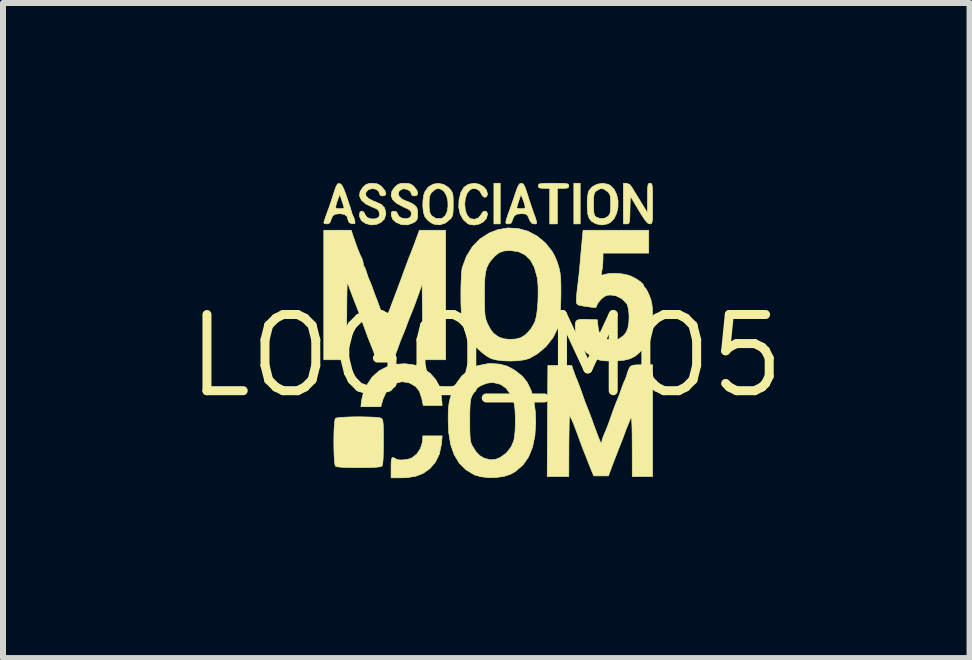
<source format=kicad_pcb>
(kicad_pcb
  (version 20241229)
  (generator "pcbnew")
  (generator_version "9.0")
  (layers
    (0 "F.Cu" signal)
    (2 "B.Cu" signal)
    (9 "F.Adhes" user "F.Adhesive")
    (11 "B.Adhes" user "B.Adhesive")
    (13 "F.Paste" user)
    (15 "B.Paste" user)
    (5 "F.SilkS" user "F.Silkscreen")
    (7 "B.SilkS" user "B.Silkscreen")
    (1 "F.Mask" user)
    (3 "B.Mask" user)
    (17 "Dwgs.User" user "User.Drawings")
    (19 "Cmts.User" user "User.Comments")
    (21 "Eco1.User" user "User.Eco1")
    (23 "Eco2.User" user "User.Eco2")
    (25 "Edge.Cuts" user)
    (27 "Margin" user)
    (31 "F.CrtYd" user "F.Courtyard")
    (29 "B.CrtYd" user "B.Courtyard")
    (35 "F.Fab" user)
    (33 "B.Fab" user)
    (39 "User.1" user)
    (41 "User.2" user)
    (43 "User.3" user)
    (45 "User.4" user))
  (footprint "LOGO_MO5"
    (layer "F.Cu")
    (at 5.057 2.884)
    (property "Reference" "LOGO_MO5" (at 0 0 0) (layer "F.SilkS") (effects (font (size 1.27 1.27) (thickness 0.15))))
    (attr through_hole)
    (fp_poly (pts (xy 0.233 -2.201) (xy 0.127 -2.201) (xy 0.127 -2.879) (xy 0.233 -2.879) (xy 0.233 -2.201)) (stroke (width 0.01) (type solid)) (fill yes) (layer "F.SilkS"))
    (fp_poly (pts (xy 1.566 -2.201) (xy 1.46 -2.201) (xy 1.46 -2.879) (xy 1.566 -2.879) (xy 1.566 -2.201)) (stroke (width 0.01) (type solid)) (fill yes) (layer "F.SilkS"))
    (fp_poly (pts (xy 1.229 -2.878) (xy 1.301 -2.876) (xy 1.345 -2.871) (xy 1.367 -2.863) (xy 1.375 -2.849) (xy 1.376 -2.836) (xy 1.37 -2.81) (xy 1.344 -2.797) (xy 1.287 -2.794) (xy 1.281 -2.794) (xy 1.185 -2.794) (xy 1.185 -2.201) (xy 1.058 -2.201) (xy 1.058 -2.794) (xy 0.963 -2.794) (xy 0.904 -2.797) (xy 0.875 -2.808) (xy 0.868 -2.833) (xy 0.868 -2.836) (xy 0.87 -2.854) (xy 0.882 -2.866) (xy 0.911 -2.873) (xy 0.964 -2.877) (xy 1.047 -2.879) (xy 1.122 -2.879) (xy 1.229 -2.878)) (stroke (width 0.01) (type solid)) (fill yes) (layer "F.SilkS"))
    (fp_poly (pts (xy -0.747 1.469) (xy -0.781 1.633) (xy -0.848 1.772) (xy -0.941 1.879) (xy -1.05 1.956) (xy -1.172 2.005) (xy -1.318 2.029) (xy -1.413 2.032) (xy -1.587 2.032) (xy -1.587 1.863) (xy -1.586 1.775) (xy -1.58 1.722) (xy -1.569 1.698) (xy -1.557 1.693) (xy -1.521 1.706) (xy -1.513 1.714) (xy -1.482 1.73) (xy -1.425 1.735) (xy -1.354 1.731) (xy -1.286 1.717) (xy -1.242 1.701) (xy -1.158 1.635) (xy -1.096 1.542) (xy -1.063 1.432) (xy -1.06 1.392) (xy -1.058 1.333) (xy -0.735 1.333) (xy -0.747 1.469)) (stroke (width 0.01) (type solid)) (fill yes) (layer "F.SilkS"))
    (fp_poly (pts (xy -1.2 0.151) (xy -1.06 0.204) (xy -0.938 0.288) (xy -0.929 0.297) (xy -0.846 0.389) (xy -0.792 0.485) (xy -0.76 0.597) (xy -0.747 0.689) (xy -0.735 0.826) (xy -1.05 0.826) (xy -1.078 0.698) (xy -1.115 0.589) (xy -1.175 0.512) (xy -1.265 0.458) (xy -1.303 0.444) (xy -1.407 0.43) (xy -1.507 0.454) (xy -1.597 0.513) (xy -1.67 0.603) (xy -1.721 0.72) (xy -1.723 0.725) (xy -1.758 0.847) (xy -2.09 0.847) (xy -2.08 0.746) (xy -2.05 0.62) (xy -1.992 0.488) (xy -1.913 0.367) (xy -1.897 0.348) (xy -1.786 0.248) (xy -1.652 0.179) (xy -1.505 0.139) (xy -1.352 0.13) (xy -1.2 0.151)) (stroke (width 0.01) (type solid)) (fill yes) (layer "F.SilkS"))
    (fp_poly (pts (xy -2.006 1.017) (xy -1.905 1.02) (xy -1.824 1.025) (xy -1.769 1.033) (xy -1.755 1.038) (xy -1.741 1.048) (xy -1.73 1.066) (xy -1.723 1.097) (xy -1.718 1.147) (xy -1.716 1.222) (xy -1.715 1.329) (xy -1.714 1.436) (xy -1.716 1.59) (xy -1.719 1.705) (xy -1.725 1.783) (xy -1.734 1.827) (xy -1.74 1.837) (xy -1.768 1.848) (xy -1.828 1.855) (xy -1.925 1.86) (xy -2.06 1.862) (xy -2.127 1.863) (xy -2.279 1.861) (xy -2.391 1.858) (xy -2.466 1.851) (xy -2.507 1.842) (xy -2.515 1.837) (xy -2.524 1.807) (xy -2.532 1.742) (xy -2.537 1.653) (xy -2.54 1.547) (xy -2.541 1.433) (xy -2.54 1.319) (xy -2.537 1.215) (xy -2.531 1.127) (xy -2.523 1.067) (xy -2.515 1.041) (xy -2.485 1.032) (xy -2.421 1.025) (xy -2.333 1.02) (xy -2.228 1.016) (xy -2.116 1.015) (xy -2.006 1.017)) (stroke (width 0.01) (type solid)) (fill yes) (layer "F.SilkS"))
    (fp_poly (pts (xy -0.118 -2.863) (xy -0.048 -2.822) (xy 0.003 -2.765) (xy 0.021 -2.701) (xy 0.008 -2.658) (xy -0.023 -2.644) (xy -0.057 -2.661) (xy -0.076 -2.693) (xy -0.113 -2.754) (xy -0.169 -2.787) (xy -0.232 -2.789) (xy -0.275 -2.767) (xy -0.321 -2.708) (xy -0.349 -2.626) (xy -0.359 -2.534) (xy -0.351 -2.442) (xy -0.327 -2.362) (xy -0.285 -2.304) (xy -0.261 -2.288) (xy -0.193 -2.278) (xy -0.13 -2.302) (xy -0.087 -2.354) (xy -0.085 -2.36) (xy -0.056 -2.402) (xy -0.019 -2.415) (xy 0.01 -2.399) (xy 0.021 -2.359) (xy 0.002 -2.292) (xy -0.048 -2.236) (xy -0.119 -2.198) (xy -0.199 -2.182) (xy -0.278 -2.192) (xy -0.307 -2.205) (xy -0.383 -2.271) (xy -0.435 -2.365) (xy -0.459 -2.481) (xy -0.454 -2.603) (xy -0.424 -2.725) (xy -0.372 -2.811) (xy -0.299 -2.861) (xy -0.203 -2.879) (xy -0.199 -2.879) (xy -0.118 -2.863)) (stroke (width 0.01) (type solid)) (fill yes) (layer "F.SilkS"))
    (fp_poly (pts (xy 2.388 -2.86) (xy 2.429 -2.81) (xy 2.458 -2.761) (xy 2.502 -2.689) (xy 2.554 -2.605) (xy 2.579 -2.563) (xy 2.688 -2.385) (xy 2.688 -2.632) (xy 2.689 -2.737) (xy 2.691 -2.807) (xy 2.696 -2.85) (xy 2.705 -2.871) (xy 2.719 -2.878) (xy 2.731 -2.879) (xy 2.746 -2.877) (xy 2.758 -2.867) (xy 2.765 -2.843) (xy 2.77 -2.798) (xy 2.772 -2.728) (xy 2.773 -2.625) (xy 2.773 -2.54) (xy 2.773 -2.414) (xy 2.772 -2.323) (xy 2.769 -2.263) (xy 2.763 -2.227) (xy 2.755 -2.209) (xy 2.741 -2.202) (xy 2.725 -2.202) (xy 2.7 -2.209) (xy 2.671 -2.235) (xy 2.634 -2.284) (xy 2.583 -2.361) (xy 2.54 -2.433) (xy 2.402 -2.664) (xy 2.396 -2.433) (xy 2.394 -2.331) (xy 2.39 -2.265) (xy 2.383 -2.226) (xy 2.372 -2.208) (xy 2.355 -2.202) (xy 2.338 -2.201) (xy 2.286 -2.201) (xy 2.286 -2.879) (xy 2.337 -2.879) (xy 2.388 -2.86)) (stroke (width 0.01) (type solid)) (fill yes) (layer "F.SilkS"))
    (fp_poly (pts (xy -0.709 -2.859) (xy -0.628 -2.806) (xy -0.613 -2.791) (xy -0.584 -2.754) (xy -0.565 -2.72) (xy -0.555 -2.677) (xy -0.551 -2.612) (xy -0.551 -2.527) (xy -0.552 -2.433) (xy -0.556 -2.37) (xy -0.567 -2.329) (xy -0.585 -2.298) (xy -0.598 -2.283) (xy -0.684 -2.214) (xy -0.776 -2.185) (xy -0.871 -2.196) (xy -0.925 -2.222) (xy -0.981 -2.268) (xy -1.024 -2.323) (xy -1.026 -2.326) (xy -1.048 -2.399) (xy -1.058 -2.495) (xy -1.057 -2.533) (xy -0.953 -2.533) (xy -0.95 -2.449) (xy -0.941 -2.393) (xy -0.923 -2.355) (xy -0.906 -2.335) (xy -0.841 -2.293) (xy -0.762 -2.29) (xy -0.731 -2.299) (xy -0.683 -2.339) (xy -0.652 -2.406) (xy -0.638 -2.49) (xy -0.64 -2.579) (xy -0.66 -2.664) (xy -0.696 -2.734) (xy -0.74 -2.772) (xy -0.797 -2.792) (xy -0.846 -2.78) (xy -0.897 -2.738) (xy -0.927 -2.704) (xy -0.943 -2.666) (xy -0.951 -2.613) (xy -0.953 -2.533) (xy -1.057 -2.533) (xy -1.055 -2.598) (xy -1.04 -2.691) (xy -1.023 -2.739) (xy -0.966 -2.816) (xy -0.888 -2.863) (xy -0.799 -2.877) (xy -0.709 -2.859)) (stroke (width 0.01) (type solid)) (fill yes) (layer "F.SilkS"))
    (fp_poly (pts (xy 2.029 -2.862) (xy 2.066 -2.844) (xy 2.132 -2.778) (xy 2.175 -2.69) (xy 2.197 -2.587) (xy 2.196 -2.481) (xy 2.174 -2.379) (xy 2.132 -2.291) (xy 2.07 -2.226) (xy 2.024 -2.202) (xy 1.929 -2.183) (xy 1.839 -2.2) (xy 1.815 -2.21) (xy 1.755 -2.245) (xy 1.716 -2.293) (xy 1.693 -2.363) (xy 1.684 -2.463) (xy 1.683 -2.521) (xy 1.683 -2.53) (xy 1.789 -2.53) (xy 1.79 -2.438) (xy 1.795 -2.379) (xy 1.806 -2.343) (xy 1.824 -2.32) (xy 1.83 -2.316) (xy 1.9 -2.289) (xy 1.976 -2.296) (xy 2.029 -2.326) (xy 2.052 -2.352) (xy 2.066 -2.387) (xy 2.073 -2.442) (xy 2.074 -2.528) (xy 2.073 -2.612) (xy 2.067 -2.667) (xy 2.053 -2.703) (xy 2.028 -2.733) (xy 2.018 -2.742) (xy 1.956 -2.785) (xy 1.9 -2.788) (xy 1.839 -2.754) (xy 1.814 -2.73) (xy 1.799 -2.701) (xy 1.792 -2.657) (xy 1.789 -2.586) (xy 1.789 -2.53) (xy 1.683 -2.53) (xy 1.686 -2.626) (xy 1.697 -2.709) (xy 1.711 -2.755) (xy 1.768 -2.821) (xy 1.849 -2.863) (xy 1.941 -2.878) (xy 2.029 -2.862)) (stroke (width 0.01) (type solid)) (fill yes) (layer "F.SilkS"))
    (fp_poly (pts (xy -1.827 -2.872) (xy -1.775 -2.847) (xy -1.737 -2.814) (xy -1.689 -2.754) (xy -1.673 -2.706) (xy -1.688 -2.676) (xy -1.725 -2.667) (xy -1.768 -2.679) (xy -1.778 -2.702) (xy -1.796 -2.749) (xy -1.841 -2.78) (xy -1.9 -2.79) (xy -1.959 -2.774) (xy -1.974 -2.765) (xy -2.01 -2.719) (xy -2.007 -2.672) (xy -1.965 -2.626) (xy -1.887 -2.584) (xy -1.843 -2.568) (xy -1.75 -2.525) (xy -1.695 -2.467) (xy -1.675 -2.389) (xy -1.676 -2.354) (xy -1.701 -2.28) (xy -1.757 -2.225) (xy -1.834 -2.191) (xy -1.921 -2.184) (xy -2.011 -2.208) (xy -2.011 -2.208) (xy -2.08 -2.255) (xy -2.112 -2.32) (xy -2.116 -2.355) (xy -2.104 -2.4) (xy -2.074 -2.415) (xy -2.042 -2.399) (xy -2.024 -2.362) (xy -1.992 -2.314) (xy -1.934 -2.286) (xy -1.863 -2.284) (xy -1.835 -2.291) (xy -1.793 -2.313) (xy -1.781 -2.349) (xy -1.782 -2.376) (xy -1.791 -2.414) (xy -1.813 -2.442) (xy -1.86 -2.466) (xy -1.905 -2.484) (xy -2.012 -2.536) (xy -2.082 -2.598) (xy -2.113 -2.667) (xy -2.104 -2.74) (xy -2.055 -2.813) (xy -2.006 -2.857) (xy -1.955 -2.875) (xy -1.898 -2.879) (xy -1.827 -2.872)) (stroke (width 0.01) (type solid)) (fill yes) (layer "F.SilkS"))
    (fp_poly (pts (xy 0.608 -2.873) (xy 0.628 -2.85) (xy 0.65 -2.803) (xy 0.677 -2.724) (xy 0.687 -2.693) (xy 0.719 -2.593) (xy 0.753 -2.492) (xy 0.781 -2.409) (xy 0.787 -2.392) (xy 0.819 -2.304) (xy 0.836 -2.248) (xy 0.841 -2.217) (xy 0.834 -2.204) (xy 0.814 -2.201) (xy 0.799 -2.201) (xy 0.761 -2.211) (xy 0.732 -2.245) (xy 0.714 -2.286) (xy 0.69 -2.339) (xy 0.664 -2.363) (xy 0.619 -2.37) (xy 0.586 -2.371) (xy 0.513 -2.364) (xy 0.469 -2.337) (xy 0.443 -2.283) (xy 0.436 -2.26) (xy 0.415 -2.215) (xy 0.375 -2.201) (xy 0.37 -2.201) (xy 0.333 -2.206) (xy 0.325 -2.23) (xy 0.331 -2.258) (xy 0.347 -2.312) (xy 0.371 -2.383) (xy 0.386 -2.422) (xy 0.402 -2.467) (xy 0.508 -2.467) (xy 0.527 -2.459) (xy 0.572 -2.455) (xy 0.582 -2.455) (xy 0.632 -2.458) (xy 0.649 -2.472) (xy 0.644 -2.509) (xy 0.643 -2.514) (xy 0.623 -2.579) (xy 0.603 -2.632) (xy 0.578 -2.692) (xy 0.543 -2.586) (xy 0.523 -2.524) (xy 0.511 -2.48) (xy 0.508 -2.467) (xy 0.402 -2.467) (xy 0.412 -2.495) (xy 0.445 -2.59) (xy 0.478 -2.688) (xy 0.483 -2.704) (xy 0.513 -2.79) (xy 0.536 -2.843) (xy 0.558 -2.87) (xy 0.581 -2.878) (xy 0.584 -2.879) (xy 0.608 -2.873)) (stroke (width 0.01) (type solid)) (fill yes) (layer "F.SilkS"))
    (fp_poly (pts (xy -1.289 -2.874) (xy -1.241 -2.855) (xy -1.2 -2.819) (xy -1.157 -2.761) (xy -1.143 -2.711) (xy -1.158 -2.677) (xy -1.196 -2.667) (xy -1.238 -2.678) (xy -1.249 -2.706) (xy -1.267 -2.743) (xy -1.312 -2.773) (xy -1.366 -2.786) (xy -1.399 -2.783) (xy -1.45 -2.752) (xy -1.467 -2.708) (xy -1.452 -2.66) (xy -1.408 -2.616) (xy -1.339 -2.584) (xy -1.335 -2.583) (xy -1.266 -2.556) (xy -1.204 -2.521) (xy -1.199 -2.517) (xy -1.164 -2.482) (xy -1.147 -2.439) (xy -1.143 -2.371) (xy -1.143 -2.369) (xy -1.146 -2.304) (xy -1.159 -2.265) (xy -1.191 -2.235) (xy -1.212 -2.222) (xy -1.31 -2.185) (xy -1.412 -2.188) (xy -1.505 -2.228) (xy -1.56 -2.278) (xy -1.582 -2.336) (xy -1.584 -2.345) (xy -1.584 -2.392) (xy -1.567 -2.41) (xy -1.537 -2.413) (xy -1.494 -2.401) (xy -1.478 -2.366) (xy -1.452 -2.322) (xy -1.399 -2.295) (xy -1.331 -2.289) (xy -1.305 -2.294) (xy -1.263 -2.315) (xy -1.249 -2.357) (xy -1.249 -2.368) (xy -1.253 -2.401) (xy -1.271 -2.427) (xy -1.311 -2.452) (xy -1.383 -2.485) (xy -1.385 -2.486) (xy -1.494 -2.544) (xy -1.561 -2.607) (xy -1.587 -2.676) (xy -1.572 -2.749) (xy -1.526 -2.813) (xy -1.48 -2.854) (xy -1.434 -2.874) (xy -1.366 -2.879) (xy -1.361 -2.879) (xy -1.289 -2.874)) (stroke (width 0.01) (type solid)) (fill yes) (layer "F.SilkS"))
    (fp_poly (pts (xy -2.447 -2.874) (xy -2.423 -2.863) (xy -2.399 -2.832) (xy -2.372 -2.775) (xy -2.338 -2.684) (xy -2.332 -2.667) (xy -2.301 -2.575) (xy -2.274 -2.494) (xy -2.255 -2.434) (xy -2.25 -2.413) (xy -2.235 -2.364) (xy -2.223 -2.339) (xy -2.207 -2.304) (xy -2.193 -2.258) (xy -2.187 -2.216) (xy -2.203 -2.203) (xy -2.238 -2.205) (xy -2.285 -2.221) (xy -2.303 -2.262) (xy -2.304 -2.265) (xy -2.322 -2.326) (xy -2.362 -2.359) (xy -2.431 -2.37) (xy -2.445 -2.371) (xy -2.517 -2.363) (xy -2.56 -2.335) (xy -2.586 -2.277) (xy -2.59 -2.26) (xy -2.611 -2.215) (xy -2.652 -2.201) (xy -2.657 -2.201) (xy -2.696 -2.207) (xy -2.709 -2.217) (xy -2.703 -2.244) (xy -2.685 -2.298) (xy -2.662 -2.365) (xy -2.637 -2.433) (xy -2.624 -2.466) (xy -2.621 -2.475) (xy -2.512 -2.475) (xy -2.497 -2.459) (xy -2.452 -2.455) (xy -2.445 -2.455) (xy -2.396 -2.458) (xy -2.371 -2.466) (xy -2.371 -2.467) (xy -2.377 -2.492) (xy -2.392 -2.544) (xy -2.406 -2.586) (xy -2.44 -2.692) (xy -2.466 -2.632) (xy -2.49 -2.566) (xy -2.505 -2.514) (xy -2.512 -2.475) (xy -2.621 -2.475) (xy -2.611 -2.505) (xy -2.588 -2.572) (xy -2.561 -2.656) (xy -2.549 -2.694) (xy -2.52 -2.783) (xy -2.498 -2.838) (xy -2.479 -2.866) (xy -2.459 -2.875) (xy -2.447 -2.874)) (stroke (width 0.01) (type solid)) (fill yes) (layer "F.SilkS"))
    (fp_poly (pts (xy 0.226 0.137) (xy 0.352 0.172) (xy 0.471 0.236) (xy 0.595 0.333) (xy 0.6 0.337) (xy 0.681 0.437) (xy 0.746 0.571) (xy 0.792 0.737) (xy 0.818 0.929) (xy 0.825 1.101) (xy 0.811 1.328) (xy 0.771 1.523) (xy 0.704 1.687) (xy 0.61 1.82) (xy 0.488 1.925) (xy 0.406 1.972) (xy 0.3 2.007) (xy 0.172 2.026) (xy 0.037 2.029) (xy -0.091 2.014) (xy -0.197 1.983) (xy -0.201 1.981) (xy -0.34 1.897) (xy -0.45 1.787) (xy -0.535 1.648) (xy -0.593 1.48) (xy -0.626 1.279) (xy -0.635 1.081) (xy -0.275 1.081) (xy -0.275 1.212) (xy -0.272 1.309) (xy -0.268 1.378) (xy -0.26 1.429) (xy -0.248 1.467) (xy -0.233 1.498) (xy -0.17 1.599) (xy -0.103 1.666) (xy -0.039 1.703) (xy 0.064 1.732) (xy 0.162 1.722) (xy 0.233 1.693) (xy 0.335 1.619) (xy 0.415 1.516) (xy 0.459 1.414) (xy 0.472 1.343) (xy 0.481 1.242) (xy 0.485 1.126) (xy 0.484 1.006) (xy 0.479 0.896) (xy 0.468 0.808) (xy 0.46 0.773) (xy 0.402 0.635) (xy 0.328 0.536) (xy 0.236 0.473) (xy 0.124 0.446) (xy 0.086 0.445) (xy 0.022 0.453) (xy -0.047 0.476) (xy -0.11 0.506) (xy -0.155 0.539) (xy -0.169 0.565) (xy -0.18 0.59) (xy -0.187 0.593) (xy -0.206 0.61) (xy -0.232 0.653) (xy -0.239 0.667) (xy -0.254 0.705) (xy -0.264 0.754) (xy -0.27 0.822) (xy -0.274 0.916) (xy -0.275 1.042) (xy -0.275 1.081) (xy -0.635 1.081) (xy -0.635 1.075) (xy -0.634 0.953) (xy -0.629 0.861) (xy -0.62 0.786) (xy -0.604 0.716) (xy -0.581 0.639) (xy -0.58 0.637) (xy -0.506 0.469) (xy -0.406 0.332) (xy -0.282 0.229) (xy -0.137 0.161) (xy 0.027 0.129) (xy 0.081 0.127) (xy 0.226 0.137)) (stroke (width 0.01) (type solid)) (fill yes) (layer "F.SilkS"))
    (fp_poly (pts (xy 0.533 -2.124) (xy 0.698 -2.078) (xy 0.85 -1.997) (xy 0.986 -1.884) (xy 1.098 -1.742) (xy 1.142 -1.663) (xy 1.182 -1.567) (xy 1.216 -1.457) (xy 1.231 -1.384) (xy 1.24 -1.302) (xy 1.244 -1.193) (xy 1.245 -1.067) (xy 1.243 -0.934) (xy 1.238 -0.802) (xy 1.23 -0.68) (xy 1.22 -0.578) (xy 1.208 -0.505) (xy 1.202 -0.484) (xy 1.116 -0.31) (xy 0.997 -0.157) (xy 0.851 -0.034) (xy 0.717 0.042) (xy 0.637 0.065) (xy 0.529 0.08) (xy 0.406 0.085) (xy 0.281 0.081) (xy 0.169 0.067) (xy 0.085 0.046) (xy 0.015 0.008) (xy -0.069 -0.055) (xy -0.156 -0.134) (xy -0.236 -0.218) (xy -0.298 -0.298) (xy -0.325 -0.345) (xy -0.361 -0.43) (xy -0.387 -0.518) (xy -0.405 -0.617) (xy -0.416 -0.734) (xy -0.422 -0.878) (xy -0.423 -1.012) (xy -0.03 -1.012) (xy -0.03 -0.995) (xy -0.029 -0.863) (xy -0.026 -0.766) (xy -0.022 -0.694) (xy -0.014 -0.64) (xy -0.002 -0.596) (xy 0.015 -0.552) (xy 0.025 -0.529) (xy 0.073 -0.439) (xy 0.123 -0.376) (xy 0.188 -0.328) (xy 0.222 -0.309) (xy 0.298 -0.285) (xy 0.394 -0.276) (xy 0.493 -0.282) (xy 0.576 -0.304) (xy 0.577 -0.304) (xy 0.662 -0.359) (xy 0.74 -0.444) (xy 0.801 -0.548) (xy 0.816 -0.585) (xy 0.837 -0.668) (xy 0.852 -0.781) (xy 0.862 -0.911) (xy 0.865 -1.047) (xy 0.863 -1.176) (xy 0.853 -1.285) (xy 0.847 -1.318) (xy 0.802 -1.476) (xy 0.736 -1.599) (xy 0.647 -1.685) (xy 0.536 -1.738) (xy 0.4 -1.757) (xy 0.389 -1.757) (xy 0.289 -1.749) (xy 0.212 -1.72) (xy 0.142 -1.663) (xy 0.127 -1.647) (xy 0.074 -1.587) (xy 0.035 -1.528) (xy 0.006 -1.465) (xy -0.013 -1.388) (xy -0.024 -1.292) (xy -0.029 -1.169) (xy -0.03 -1.012) (xy -0.423 -1.012) (xy -0.423 -1.022) (xy -0.422 -1.149) (xy -0.418 -1.267) (xy -0.413 -1.367) (xy -0.406 -1.441) (xy -0.401 -1.471) (xy -0.331 -1.66) (xy -0.232 -1.82) (xy -0.105 -1.951) (xy 0.05 -2.05) (xy 0.189 -2.104) (xy 0.361 -2.134) (xy 0.533 -2.124)) (stroke (width 0.01) (type solid)) (fill yes) (layer "F.SilkS"))
    (fp_poly (pts (xy 2.709 -1.714) (xy 1.947 -1.714) (xy 1.946 -1.614) (xy 1.942 -1.529) (xy 1.932 -1.444) (xy 1.928 -1.425) (xy 1.919 -1.37) (xy 1.922 -1.348) (xy 1.943 -1.349) (xy 1.962 -1.356) (xy 2.046 -1.374) (xy 2.152 -1.377) (xy 2.265 -1.368) (xy 2.369 -1.346) (xy 2.424 -1.325) (xy 2.511 -1.278) (xy 2.578 -1.231) (xy 2.618 -1.189) (xy 2.625 -1.169) (xy 2.641 -1.142) (xy 2.646 -1.139) (xy 2.665 -1.117) (xy 2.692 -1.067) (xy 2.72 -1.005) (xy 2.745 -0.937) (xy 2.76 -0.873) (xy 2.769 -0.798) (xy 2.772 -0.698) (xy 2.772 -0.656) (xy 2.765 -0.492) (xy 2.743 -0.359) (xy 2.701 -0.247) (xy 2.637 -0.146) (xy 2.555 -0.056) (xy 2.479 0.006) (xy 2.395 0.048) (xy 2.293 0.073) (xy 2.162 0.083) (xy 2.106 0.084) (xy 2.005 0.083) (xy 1.935 0.078) (xy 1.881 0.067) (xy 1.832 0.048) (xy 1.784 0.023) (xy 1.658 -0.062) (xy 1.57 -0.16) (xy 1.515 -0.278) (xy 1.491 -0.394) (xy 1.483 -0.493) (xy 1.486 -0.557) (xy 1.509 -0.593) (xy 1.556 -0.608) (xy 1.635 -0.611) (xy 1.679 -0.609) (xy 1.852 -0.603) (xy 1.863 -0.49) (xy 1.877 -0.412) (xy 1.901 -0.359) (xy 1.932 -0.326) (xy 2.022 -0.275) (xy 2.117 -0.261) (xy 2.21 -0.283) (xy 2.291 -0.34) (xy 2.337 -0.401) (xy 2.363 -0.472) (xy 2.378 -0.567) (xy 2.381 -0.67) (xy 2.373 -0.769) (xy 2.354 -0.847) (xy 2.341 -0.873) (xy 2.265 -0.951) (xy 2.167 -1.001) (xy 2.075 -1.016) (xy 2.01 -1.01) (xy 1.959 -0.984) (xy 1.913 -0.944) (xy 1.871 -0.894) (xy 1.845 -0.85) (xy 1.841 -0.836) (xy 1.836 -0.815) (xy 1.811 -0.807) (xy 1.758 -0.811) (xy 1.741 -0.814) (xy 1.638 -0.828) (xy 1.57 -0.84) (xy 1.53 -0.852) (xy 1.51 -0.869) (xy 1.503 -0.894) (xy 1.503 -0.93) (xy 1.503 -0.935) (xy 1.506 -1.001) (xy 1.514 -1.088) (xy 1.523 -1.16) (xy 1.533 -1.241) (xy 1.545 -1.348) (xy 1.557 -1.466) (xy 1.565 -1.556) (xy 1.575 -1.672) (xy 1.585 -1.79) (xy 1.595 -1.893) (xy 1.6 -1.953) (xy 1.614 -2.095) (xy 2.709 -2.095) (xy 2.709 -1.714)) (stroke (width 0.01) (type solid)) (fill yes) (layer "F.SilkS"))
    (fp_poly (pts (xy 2.773 2.011) (xy 2.434 2.011) (xy 2.433 1.498) (xy 2.432 1.333) (xy 2.43 1.207) (xy 2.427 1.117) (xy 2.423 1.06) (xy 2.418 1.033) (xy 2.411 1.032) (xy 2.408 1.037) (xy 2.33 1.229) (xy 2.308 1.291) (xy 2.283 1.357) (xy 2.261 1.416) (xy 2.26 1.418) (xy 2.237 1.476) (xy 2.222 1.513) (xy 2.206 1.554) (xy 2.181 1.62) (xy 2.152 1.693) (xy 2.119 1.779) (xy 2.088 1.862) (xy 2.068 1.916) (xy 2.037 2) (xy 1.791 2) (xy 1.739 1.873) (xy 1.71 1.8) (xy 1.685 1.737) (xy 1.672 1.704) (xy 1.653 1.653) (xy 1.631 1.599) (xy 1.613 1.554) (xy 1.585 1.48) (xy 1.551 1.388) (xy 1.52 1.302) (xy 1.485 1.209) (xy 1.454 1.129) (xy 1.43 1.072) (xy 1.418 1.048) (xy 1.399 1.01) (xy 1.391 0.984) (xy 1.388 0.993) (xy 1.385 1.038) (xy 1.383 1.116) (xy 1.381 1.222) (xy 1.379 1.349) (xy 1.378 1.476) (xy 1.376 2.011) (xy 1.016 2.011) (xy 1.021 1.085) (xy 1.027 0.159) (xy 1.424 0.159) (xy 1.453 0.243) (xy 1.476 0.308) (xy 1.497 0.362) (xy 1.501 0.37) (xy 1.527 0.433) (xy 1.56 0.521) (xy 1.596 0.62) (xy 1.623 0.699) (xy 1.649 0.772) (xy 1.676 0.84) (xy 1.683 0.857) (xy 1.704 0.909) (xy 1.733 0.985) (xy 1.764 1.068) (xy 1.764 1.069) (xy 1.817 1.215) (xy 1.857 1.323) (xy 1.887 1.398) (xy 1.907 1.441) (xy 1.92 1.457) (xy 1.925 1.448) (xy 1.926 1.433) (xy 1.934 1.392) (xy 1.954 1.334) (xy 1.961 1.318) (xy 1.991 1.248) (xy 2.015 1.189) (xy 2.038 1.128) (xy 2.067 1.047) (xy 2.082 1.005) (xy 2.111 0.922) (xy 2.139 0.846) (xy 2.159 0.794) (xy 2.159 0.794) (xy 2.192 0.714) (xy 2.216 0.653) (xy 2.238 0.592) (xy 2.256 0.54) (xy 2.28 0.476) (xy 2.299 0.428) (xy 2.307 0.413) (xy 2.321 0.381) (xy 2.341 0.325) (xy 2.349 0.296) (xy 2.372 0.228) (xy 2.396 0.184) (xy 2.43 0.16) (xy 2.486 0.15) (xy 2.571 0.148) (xy 2.596 0.148) (xy 2.773 0.148) (xy 2.773 2.011)) (stroke (width 0.01) (type solid)) (fill yes) (layer "F.SilkS"))
    (fp_poly (pts (xy -2.204 -1.953) (xy -2.152 -1.806) (xy -2.105 -1.69) (xy -2.073 -1.625) (xy -2.056 -1.574) (xy -2.053 -1.55) (xy -2.044 -1.506) (xy -2.036 -1.491) (xy -2.019 -1.46) (xy -1.999 -1.404) (xy -1.99 -1.376) (xy -1.97 -1.314) (xy -1.952 -1.27) (xy -1.947 -1.259) (xy -1.933 -1.228) (xy -1.911 -1.172) (xy -1.896 -1.132) (xy -1.872 -1.063) (xy -1.85 -1.005) (xy -1.842 -0.984) (xy -1.826 -0.945) (xy -1.801 -0.878) (xy -1.772 -0.798) (xy -1.766 -0.783) (xy -1.737 -0.706) (xy -1.712 -0.645) (xy -1.696 -0.611) (xy -1.694 -0.608) (xy -1.68 -0.618) (xy -1.657 -0.662) (xy -1.628 -0.729) (xy -1.609 -0.777) (xy -1.571 -0.878) (xy -1.532 -0.982) (xy -1.499 -1.071) (xy -1.491 -1.09) (xy -1.463 -1.167) (xy -1.425 -1.267) (xy -1.386 -1.375) (xy -1.366 -1.429) (xy -1.332 -1.521) (xy -1.302 -1.602) (xy -1.28 -1.66) (xy -1.27 -1.683) (xy -1.255 -1.721) (xy -1.229 -1.787) (xy -1.198 -1.87) (xy -1.183 -1.91) (xy -1.115 -2.095) (xy -0.677 -2.095) (xy -0.677 0.064) (xy -1.058 0.064) (xy -1.063 -0.566) (xy -1.069 -1.196) (xy -1.141 -0.995) (xy -1.176 -0.898) (xy -1.21 -0.807) (xy -1.239 -0.734) (xy -1.249 -0.709) (xy -1.28 -0.635) (xy -1.308 -0.561) (xy -1.312 -0.55) (xy -1.349 -0.45) (xy -1.392 -0.343) (xy -1.408 -0.307) (xy -1.434 -0.241) (xy -1.46 -0.17) (xy -1.46 -0.169) (xy -1.482 -0.107) (xy -1.502 -0.056) (xy -1.503 -0.053) (xy -1.523 0.001) (xy -1.532 0.026) (xy -1.546 0.047) (xy -1.577 0.058) (xy -1.636 0.063) (xy -1.688 0.064) (xy -1.833 0.064) (xy -1.86 -0.016) (xy -1.877 -0.066) (xy -1.893 -0.11) (xy -1.914 -0.162) (xy -1.945 -0.239) (xy -1.947 -0.243) (xy -1.965 -0.289) (xy -1.993 -0.364) (xy -2.026 -0.456) (xy -2.053 -0.529) (xy -2.088 -0.626) (xy -2.121 -0.715) (xy -2.147 -0.783) (xy -2.159 -0.815) (xy -2.193 -0.9) (xy -2.232 -1.002) (xy -2.271 -1.105) (xy -2.303 -1.193) (xy -2.314 -1.228) (xy -2.317 -1.215) (xy -2.32 -1.165) (xy -2.322 -1.083) (xy -2.324 -0.972) (xy -2.325 -0.838) (xy -2.326 -0.685) (xy -2.327 -0.598) (xy -2.328 0.064) (xy -2.709 0.064) (xy -2.709 -2.095) (xy -2.481 -2.096) (xy -2.252 -2.096) (xy -2.204 -1.953)) (stroke (width 0.01) (type solid)) (fill yes) (layer "F.SilkS")))
  (gr_rect
    (start -3 -3)
    (end 13.114 7.921)
    (stroke (width 0.1) (type default))
    (fill no)
    (layer "Edge.Cuts")))
</source>
